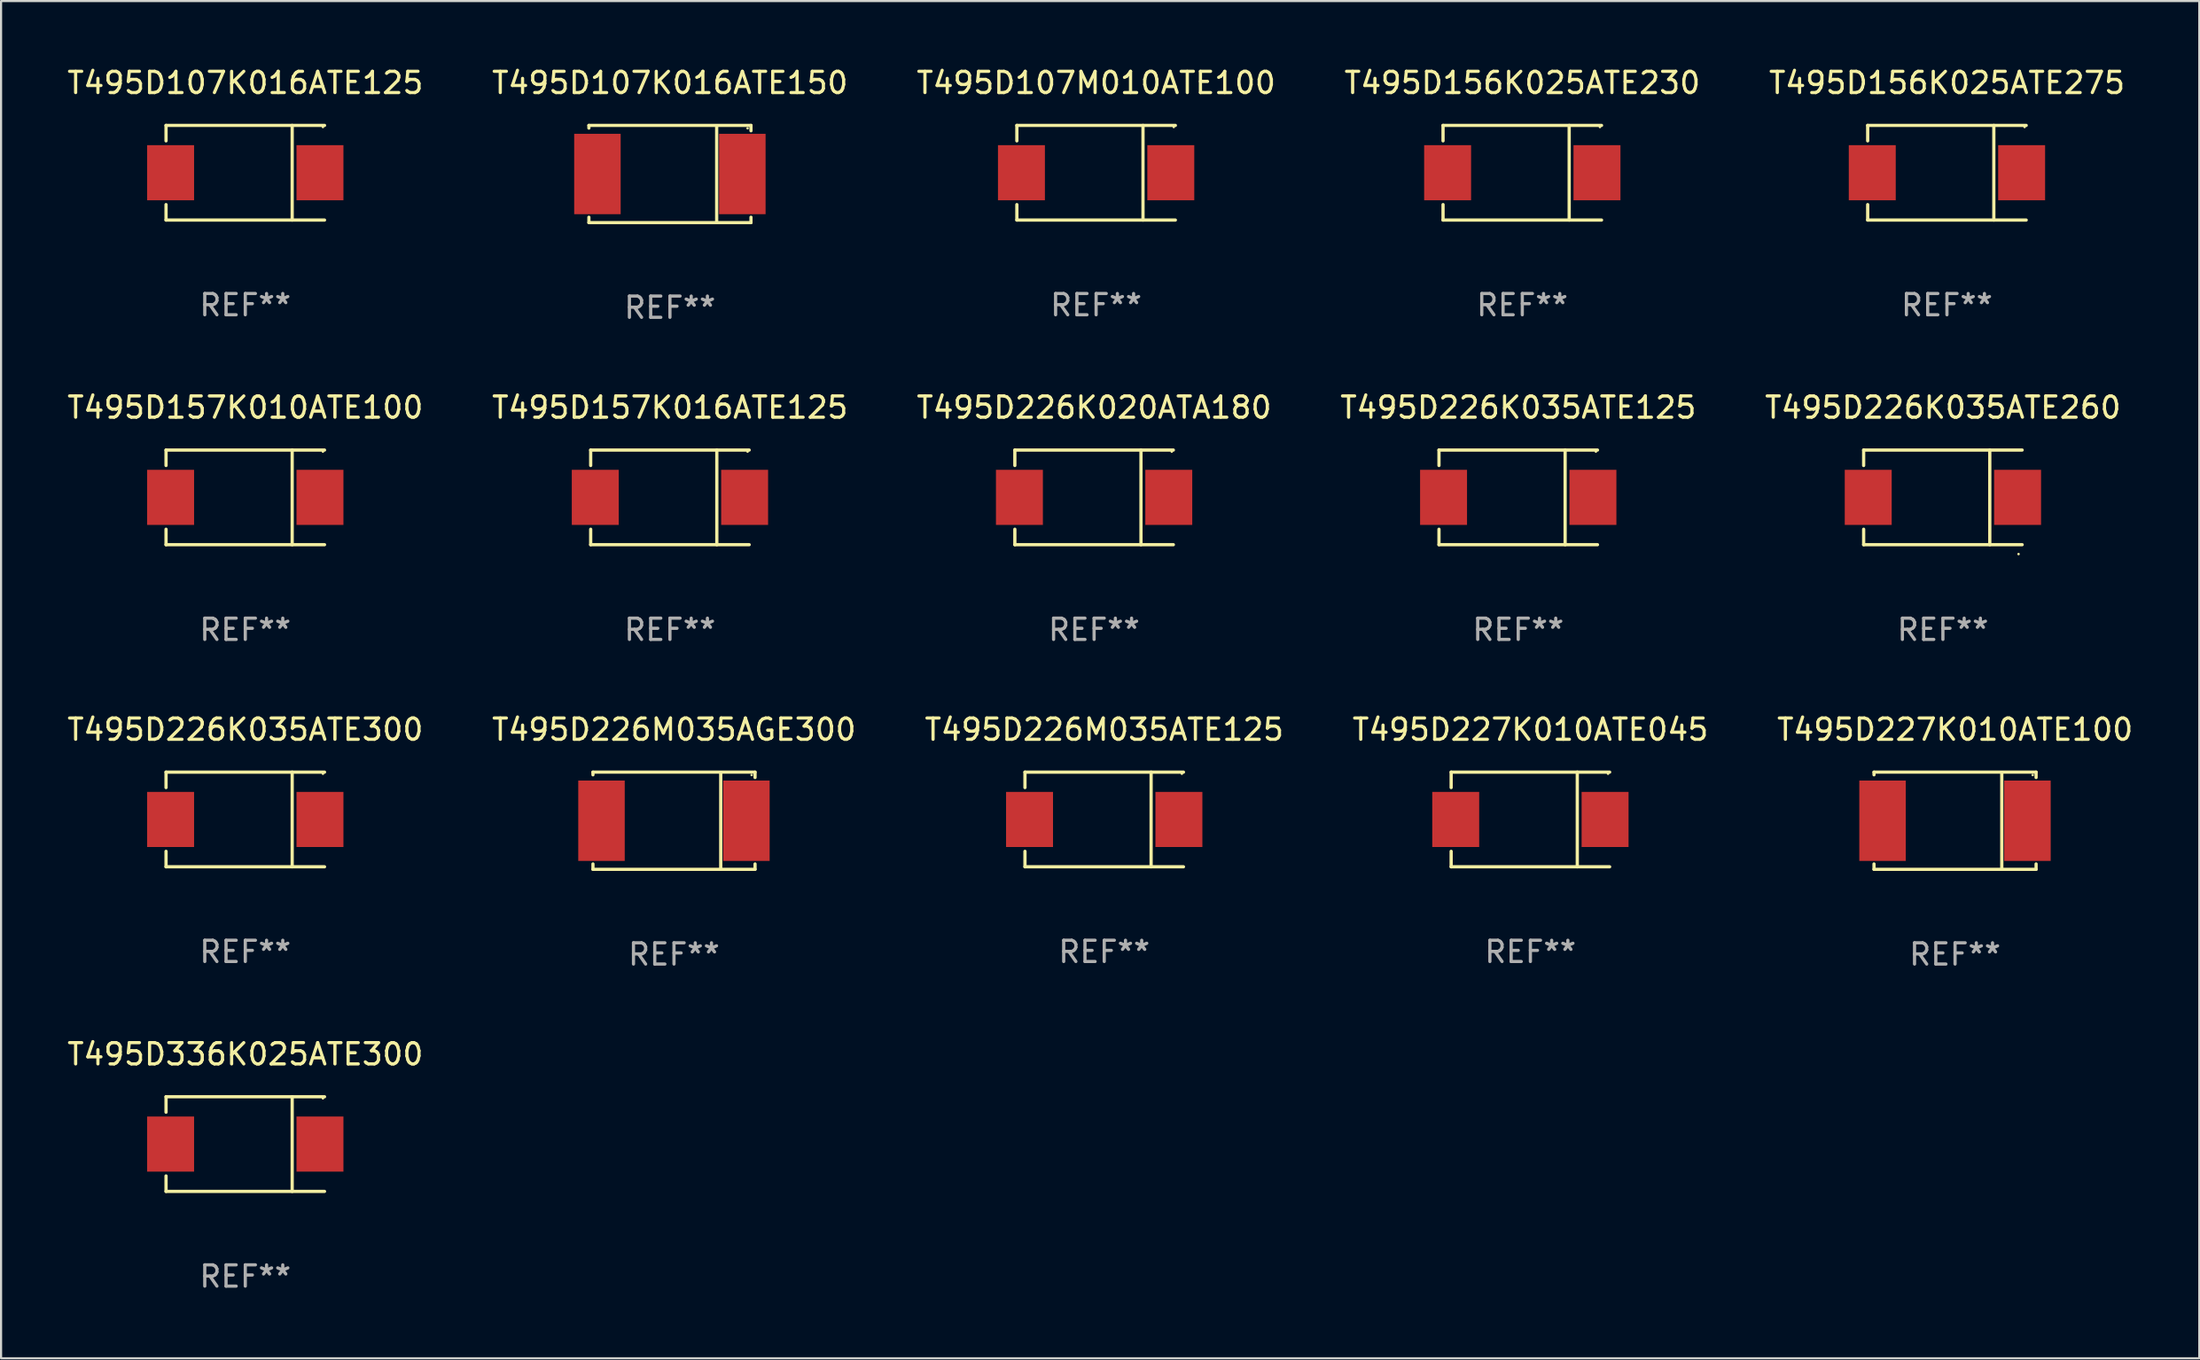
<source format=kicad_pcb>
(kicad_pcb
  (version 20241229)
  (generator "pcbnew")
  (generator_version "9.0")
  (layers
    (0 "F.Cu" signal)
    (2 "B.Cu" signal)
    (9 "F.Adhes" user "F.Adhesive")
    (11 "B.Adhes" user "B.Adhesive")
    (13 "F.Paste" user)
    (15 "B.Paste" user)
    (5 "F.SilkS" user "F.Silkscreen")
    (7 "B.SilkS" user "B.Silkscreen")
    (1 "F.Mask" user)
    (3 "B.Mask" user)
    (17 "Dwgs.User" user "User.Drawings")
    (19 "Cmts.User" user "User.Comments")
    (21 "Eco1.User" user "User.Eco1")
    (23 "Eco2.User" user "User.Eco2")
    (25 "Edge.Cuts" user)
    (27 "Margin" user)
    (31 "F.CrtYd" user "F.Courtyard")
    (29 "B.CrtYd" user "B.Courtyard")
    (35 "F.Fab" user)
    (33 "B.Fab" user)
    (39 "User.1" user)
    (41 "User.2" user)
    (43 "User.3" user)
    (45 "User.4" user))
  (footprint "T495D156K025ATE275"
    (layer "F.Cu")
    (at 88.482 5.074)
    (property "Reference" "T495D156K025ATE275" (at 0 -4.226 0) (layer "F.SilkS") (effects (font (size 1 1) (thickness 0.15))))
    (attr through_hole)
    (fp_line (start -3.726 -2.226) (end -3.726 -1.499) (stroke (width 0.152) (type solid)) (layer "F.SilkS"))
    (fp_line (start -3.726 -2.226) (end 3.726 -2.226) (stroke (width 0.152) (type solid)) (layer "F.SilkS"))
    (fp_line (start -3.726 2.226) (end -3.726 1.499) (stroke (width 0.152) (type solid)) (layer "F.SilkS"))
    (fp_line (start -3.726 2.226) (end 3.726 2.226) (stroke (width 0.152) (type solid)) (layer "F.SilkS"))
    (fp_line (start 2.204 -2.226) (end 2.204 2.226) (stroke (width 0.152) (type solid)) (layer "F.SilkS"))
    (fp_circle (center 3.65 -2.15) (end 3.68 -2.15) (stroke (width 0.06) (type solid)) (fill no) (layer "F.SilkS"))
    (fp_text user "REF**" (at 0 6.226 0) (layer "F.Fab") (effects (font (size 1 1) (thickness 0.15))))
    (pad "1" smd rect (at 3.511 0) (size 2.207 2.592) (layers "F.Cu" "F.Mask" "F.Paste"))
    (pad "2" smd rect (at -3.511 0) (size 2.207 2.592) (layers "F.Cu" "F.Mask" "F.Paste")))
  (footprint "T495D226K035ATE300"
    (layer "F.Cu")
    (at 8.482 35.492)
    (property "Reference" "T495D226K035ATE300" (at 0 -4.226 0) (layer "F.SilkS") (effects (font (size 1 1) (thickness 0.15))))
    (attr through_hole)
    (fp_line (start -3.726 -2.226) (end -3.726 -1.499) (stroke (width 0.152) (type solid)) (layer "F.SilkS"))
    (fp_line (start -3.726 -2.226) (end 3.726 -2.226) (stroke (width 0.152) (type solid)) (layer "F.SilkS"))
    (fp_line (start -3.726 2.226) (end -3.726 1.499) (stroke (width 0.152) (type solid)) (layer "F.SilkS"))
    (fp_line (start -3.726 2.226) (end 3.726 2.226) (stroke (width 0.152) (type solid)) (layer "F.SilkS"))
    (fp_line (start 2.204 -2.226) (end 2.204 2.226) (stroke (width 0.152) (type solid)) (layer "F.SilkS"))
    (fp_circle (center 3.65 -2.15) (end 3.68 -2.15) (stroke (width 0.06) (type solid)) (fill no) (layer "F.SilkS"))
    (fp_text user "REF**" (at 0 6.226 0) (layer "F.Fab") (effects (font (size 1 1) (thickness 0.15))))
    (pad "1" smd rect (at 3.511 0) (size 2.207 2.592) (layers "F.Cu" "F.Mask" "F.Paste"))
    (pad "2" smd rect (at -3.511 0) (size 2.207 2.592) (layers "F.Cu" "F.Mask" "F.Paste")))
  (footprint "T495D226M035ATE125"
    (layer "F.Cu")
    (at 48.863 35.492)
    (property "Reference" "T495D226M035ATE125" (at 0 -4.226 0) (layer "F.SilkS") (effects (font (size 1 1) (thickness 0.15))))
    (attr through_hole)
    (fp_line (start -3.726 -2.226) (end -3.726 -1.499) (stroke (width 0.152) (type solid)) (layer "F.SilkS"))
    (fp_line (start -3.726 -2.226) (end 3.726 -2.226) (stroke (width 0.152) (type solid)) (layer "F.SilkS"))
    (fp_line (start -3.726 2.226) (end -3.726 1.499) (stroke (width 0.152) (type solid)) (layer "F.SilkS"))
    (fp_line (start -3.726 2.226) (end 3.726 2.226) (stroke (width 0.152) (type solid)) (layer "F.SilkS"))
    (fp_line (start 2.204 -2.226) (end 2.204 2.226) (stroke (width 0.152) (type solid)) (layer "F.SilkS"))
    (fp_circle (center 3.65 -2.15) (end 3.68 -2.15) (stroke (width 0.06) (type solid)) (fill no) (layer "F.SilkS"))
    (fp_text user "REF**" (at 0 6.226 0) (layer "F.Fab") (effects (font (size 1 1) (thickness 0.15))))
    (pad "1" smd rect (at 3.511 0) (size 2.207 2.592) (layers "F.Cu" "F.Mask" "F.Paste"))
    (pad "2" smd rect (at -3.511 0) (size 2.207 2.592) (layers "F.Cu" "F.Mask" "F.Paste")))
  (footprint "T495D157K010ATE100"
    (layer "F.Cu")
    (at 8.482 20.343)
    (property "Reference" "T495D157K010ATE100" (at 0 -4.226 0) (layer "F.SilkS") (effects (font (size 1 1) (thickness 0.15))))
    (attr through_hole)
    (fp_line (start -3.726 -2.226) (end -3.726 -1.499) (stroke (width 0.152) (type solid)) (layer "F.SilkS"))
    (fp_line (start -3.726 -2.226) (end 3.726 -2.226) (stroke (width 0.152) (type solid)) (layer "F.SilkS"))
    (fp_line (start -3.726 2.226) (end -3.726 1.499) (stroke (width 0.152) (type solid)) (layer "F.SilkS"))
    (fp_line (start -3.726 2.226) (end 3.726 2.226) (stroke (width 0.152) (type solid)) (layer "F.SilkS"))
    (fp_line (start 2.204 -2.226) (end 2.204 2.226) (stroke (width 0.152) (type solid)) (layer "F.SilkS"))
    (fp_circle (center 3.65 -2.15) (end 3.68 -2.15) (stroke (width 0.06) (type solid)) (fill no) (layer "F.SilkS"))
    (fp_text user "REF**" (at 0 6.226 0) (layer "F.Fab") (effects (font (size 1 1) (thickness 0.15))))
    (pad "1" smd rect (at 3.511 0) (size 2.207 2.592) (layers "F.Cu" "F.Mask" "F.Paste"))
    (pad "2" smd rect (at -3.511 0) (size 2.207 2.592) (layers "F.Cu" "F.Mask" "F.Paste")))
  (footprint "T495D226K035ATE125"
    (layer "F.Cu")
    (at 68.327 20.343)
    (property "Reference" "T495D226K035ATE125" (at 0 -4.226 0) (layer "F.SilkS") (effects (font (size 1 1) (thickness 0.15))))
    (attr through_hole)
    (fp_line (start -3.726 -2.226) (end -3.726 -1.499) (stroke (width 0.152) (type solid)) (layer "F.SilkS"))
    (fp_line (start -3.726 -2.226) (end 3.726 -2.226) (stroke (width 0.152) (type solid)) (layer "F.SilkS"))
    (fp_line (start -3.726 2.226) (end -3.726 1.499) (stroke (width 0.152) (type solid)) (layer "F.SilkS"))
    (fp_line (start -3.726 2.226) (end 3.726 2.226) (stroke (width 0.152) (type solid)) (layer "F.SilkS"))
    (fp_line (start 2.204 -2.226) (end 2.204 2.226) (stroke (width 0.152) (type solid)) (layer "F.SilkS"))
    (fp_circle (center 3.65 -2.15) (end 3.68 -2.15) (stroke (width 0.06) (type solid)) (fill no) (layer "F.SilkS"))
    (fp_text user "REF**" (at 0 6.226 0) (layer "F.Fab") (effects (font (size 1 1) (thickness 0.15))))
    (pad "1" smd rect (at 3.511 0) (size 2.207 2.592) (layers "F.Cu" "F.Mask" "F.Paste"))
    (pad "2" smd rect (at -3.511 0) (size 2.207 2.592) (layers "F.Cu" "F.Mask" "F.Paste")))
  (footprint "T495D156K025ATE230"
    (layer "F.Cu")
    (at 68.518 5.074)
    (property "Reference" "T495D156K025ATE230" (at 0 -4.226 0) (layer "F.SilkS") (effects (font (size 1 1) (thickness 0.15))))
    (attr through_hole)
    (fp_line (start -3.726 -2.226) (end -3.726 -1.499) (stroke (width 0.152) (type solid)) (layer "F.SilkS"))
    (fp_line (start -3.726 -2.226) (end 3.726 -2.226) (stroke (width 0.152) (type solid)) (layer "F.SilkS"))
    (fp_line (start -3.726 2.226) (end -3.726 1.499) (stroke (width 0.152) (type solid)) (layer "F.SilkS"))
    (fp_line (start -3.726 2.226) (end 3.726 2.226) (stroke (width 0.152) (type solid)) (layer "F.SilkS"))
    (fp_line (start 2.204 -2.226) (end 2.204 2.226) (stroke (width 0.152) (type solid)) (layer "F.SilkS"))
    (fp_circle (center 3.65 -2.15) (end 3.68 -2.15) (stroke (width 0.06) (type solid)) (fill no) (layer "F.SilkS"))
    (fp_text user "REF**" (at 0 6.226 0) (layer "F.Fab") (effects (font (size 1 1) (thickness 0.15))))
    (pad "1" smd rect (at 3.511 0) (size 2.207 2.592) (layers "F.Cu" "F.Mask" "F.Paste"))
    (pad "2" smd rect (at -3.511 0) (size 2.207 2.592) (layers "F.Cu" "F.Mask" "F.Paste")))
  (footprint "T495D107K016ATE125"
    (layer "F.Cu")
    (at 8.482 5.074)
    (property "Reference" "T495D107K016ATE125" (at 0 -4.226 0) (layer "F.SilkS") (effects (font (size 1 1) (thickness 0.15))))
    (attr through_hole)
    (fp_line (start -3.726 -2.226) (end -3.726 -1.499) (stroke (width 0.152) (type solid)) (layer "F.SilkS"))
    (fp_line (start -3.726 -2.226) (end 3.726 -2.226) (stroke (width 0.152) (type solid)) (layer "F.SilkS"))
    (fp_line (start -3.726 2.226) (end -3.726 1.499) (stroke (width 0.152) (type solid)) (layer "F.SilkS"))
    (fp_line (start -3.726 2.226) (end 3.726 2.226) (stroke (width 0.152) (type solid)) (layer "F.SilkS"))
    (fp_line (start 2.204 -2.226) (end 2.204 2.226) (stroke (width 0.152) (type solid)) (layer "F.SilkS"))
    (fp_circle (center 3.65 -2.15) (end 3.68 -2.15) (stroke (width 0.06) (type solid)) (fill no) (layer "F.SilkS"))
    (fp_text user "REF**" (at 0 6.226 0) (layer "F.Fab") (effects (font (size 1 1) (thickness 0.15))))
    (pad "1" smd rect (at 3.511 0) (size 2.207 2.592) (layers "F.Cu" "F.Mask" "F.Paste"))
    (pad "2" smd rect (at -3.511 0) (size 2.207 2.592) (layers "F.Cu" "F.Mask" "F.Paste")))
  (footprint "T495D227K010ATE045"
    (layer "F.Cu")
    (at 68.899 35.492)
    (property "Reference" "T495D227K010ATE045" (at 0 -4.226 0) (layer "F.SilkS") (effects (font (size 1 1) (thickness 0.15))))
    (attr through_hole)
    (fp_line (start -3.726 -2.226) (end -3.726 -1.499) (stroke (width 0.152) (type solid)) (layer "F.SilkS"))
    (fp_line (start -3.726 -2.226) (end 3.726 -2.226) (stroke (width 0.152) (type solid)) (layer "F.SilkS"))
    (fp_line (start -3.726 2.226) (end -3.726 1.499) (stroke (width 0.152) (type solid)) (layer "F.SilkS"))
    (fp_line (start -3.726 2.226) (end 3.726 2.226) (stroke (width 0.152) (type solid)) (layer "F.SilkS"))
    (fp_line (start 2.204 -2.226) (end 2.204 2.226) (stroke (width 0.152) (type solid)) (layer "F.SilkS"))
    (fp_circle (center 3.65 -2.15) (end 3.68 -2.15) (stroke (width 0.06) (type solid)) (fill no) (layer "F.SilkS"))
    (fp_text user "REF**" (at 0 6.226 0) (layer "F.Fab") (effects (font (size 1 1) (thickness 0.15))))
    (pad "1" smd rect (at 3.511 0) (size 2.207 2.592) (layers "F.Cu" "F.Mask" "F.Paste"))
    (pad "2" smd rect (at -3.511 0) (size 2.207 2.592) (layers "F.Cu" "F.Mask" "F.Paste")))
  (footprint "T495D226K020ATA180"
    (layer "F.Cu")
    (at 48.387 20.343)
    (property "Reference" "T495D226K020ATA180" (at 0 -4.226 0) (layer "F.SilkS") (effects (font (size 1 1) (thickness 0.15))))
    (attr through_hole)
    (fp_line (start -3.726 -2.226) (end -3.726 -1.499) (stroke (width 0.152) (type solid)) (layer "F.SilkS"))
    (fp_line (start -3.726 -2.226) (end 3.726 -2.226) (stroke (width 0.152) (type solid)) (layer "F.SilkS"))
    (fp_line (start -3.726 2.226) (end -3.726 1.499) (stroke (width 0.152) (type solid)) (layer "F.SilkS"))
    (fp_line (start -3.726 2.226) (end 3.726 2.226) (stroke (width 0.152) (type solid)) (layer "F.SilkS"))
    (fp_line (start 2.204 -2.226) (end 2.204 2.226) (stroke (width 0.152) (type solid)) (layer "F.SilkS"))
    (fp_circle (center 3.65 -2.15) (end 3.68 -2.15) (stroke (width 0.06) (type solid)) (fill no) (layer "F.SilkS"))
    (fp_text user "REF**" (at 0 6.226 0) (layer "F.Fab") (effects (font (size 1 1) (thickness 0.15))))
    (pad "1" smd rect (at 3.511 0) (size 2.207 2.592) (layers "F.Cu" "F.Mask" "F.Paste"))
    (pad "2" smd rect (at -3.511 0) (size 2.207 2.592) (layers "F.Cu" "F.Mask" "F.Paste")))
  (footprint "T495D227K010ATE100"
    (layer "F.Cu")
    (at 88.863 35.552)
    (property "Reference" "T495D227K010ATE100" (at 0 -4.286 0) (layer "F.SilkS") (effects (font (size 1 1) (thickness 0.15))))
    (attr through_hole)
    (fp_line (start -3.81 -2.286) (end -3.81 -2.159) (stroke (width 0.15) (type solid)) (layer "F.SilkS"))
    (fp_line (start -3.81 2.032) (end -3.81 2.286) (stroke (width 0.15) (type solid)) (layer "F.SilkS"))
    (fp_line (start -3.81 2.286) (end 3.81 2.286) (stroke (width 0.15) (type solid)) (layer "F.SilkS"))
    (fp_line (start 2.197 -2.226) (end 2.197 2.226) (stroke (width 0.152) (type solid)) (layer "F.SilkS"))
    (fp_line (start 3.81 -2.286) (end -3.81 -2.286) (stroke (width 0.15) (type solid)) (layer "F.SilkS"))
    (fp_line (start 3.81 -2.032) (end 3.81 -2.286) (stroke (width 0.15) (type solid)) (layer "F.SilkS"))
    (fp_line (start 3.81 2.286) (end 3.81 2.032) (stroke (width 0.15) (type solid)) (layer "F.SilkS"))
    (fp_circle (center 3.65 -2.15) (end 3.68 -2.15) (stroke (width 0.06) (type solid)) (fill no) (layer "F.SilkS"))
    (fp_text user "REF**" (at 0 6.286 0) (layer "F.Fab") (effects (font (size 1 1) (thickness 0.15))))
    (pad "1" smd rect (at 3.404 0 180) (size 2.185 3.78) (layers "F.Cu" "F.Mask" "F.Paste"))
    (pad "2" smd rect (at -3.409 0 180) (size 2.185 3.78) (layers "F.Cu" "F.Mask" "F.Paste")))
  (footprint "T495D226M035AGE300"
    (layer "F.Cu")
    (at 28.637 35.552)
    (property "Reference" "T495D226M035AGE300" (at 0 -4.286 0) (layer "F.SilkS") (effects (font (size 1 1) (thickness 0.15))))
    (attr through_hole)
    (fp_line (start -3.81 -2.286) (end -3.81 -2.159) (stroke (width 0.15) (type solid)) (layer "F.SilkS"))
    (fp_line (start -3.81 2.032) (end -3.81 2.286) (stroke (width 0.15) (type solid)) (layer "F.SilkS"))
    (fp_line (start -3.81 2.286) (end 3.81 2.286) (stroke (width 0.15) (type solid)) (layer "F.SilkS"))
    (fp_line (start 2.197 -2.226) (end 2.197 2.226) (stroke (width 0.152) (type solid)) (layer "F.SilkS"))
    (fp_line (start 3.81 -2.286) (end -3.81 -2.286) (stroke (width 0.15) (type solid)) (layer "F.SilkS"))
    (fp_line (start 3.81 -2.032) (end 3.81 -2.286) (stroke (width 0.15) (type solid)) (layer "F.SilkS"))
    (fp_line (start 3.81 2.286) (end 3.81 2.032) (stroke (width 0.15) (type solid)) (layer "F.SilkS"))
    (fp_circle (center 3.65 -2.15) (end 3.68 -2.15) (stroke (width 0.06) (type solid)) (fill no) (layer "F.SilkS"))
    (fp_text user "REF**" (at 0 6.286 0) (layer "F.Fab") (effects (font (size 1 1) (thickness 0.15))))
    (pad "1" smd rect (at 3.404 0 180) (size 2.185 3.78) (layers "F.Cu" "F.Mask" "F.Paste"))
    (pad "2" smd rect (at -3.409 0 180) (size 2.185 3.78) (layers "F.Cu" "F.Mask" "F.Paste")))
  (footprint "T495D226K035ATE260"
    (layer "F.Cu")
    (at 88.292 20.343)
    (property "Reference" "T495D226K035ATE260" (at 0 -4.226 0) (layer "F.SilkS") (effects (font (size 1 1) (thickness 0.15))))
    (attr through_hole)
    (fp_line (start -3.726 -2.226) (end -3.726 -1.499) (stroke (width 0.152) (type solid)) (layer "F.SilkS"))
    (fp_line (start -3.726 -2.226) (end 3.726 -2.226) (stroke (width 0.152) (type solid)) (layer "F.SilkS"))
    (fp_line (start -3.726 2.226) (end -3.726 1.499) (stroke (width 0.152) (type solid)) (layer "F.SilkS"))
    (fp_line (start -3.726 2.226) (end 3.726 2.226) (stroke (width 0.152) (type solid)) (layer "F.SilkS"))
    (fp_line (start 2.204 -2.226) (end 2.204 2.226) (stroke (width 0.152) (type solid)) (layer "F.SilkS"))
    (fp_circle (center 3.556 2.667) (end 3.586 2.667) (stroke (width 0.06) (type solid)) (fill no) (layer "F.SilkS"))
    (fp_text user "REF**" (at 0 6.226 0) (layer "F.Fab") (effects (font (size 1 1) (thickness 0.15))))
    (pad "1" smd rect (at 3.511 0.000051) (size 2.207 2.592) (layers "F.Cu" "F.Mask" "F.Paste"))
    (pad "2" smd rect (at -3.511 0.000051) (size 2.207 2.592) (layers "F.Cu" "F.Mask" "F.Paste")))
  (footprint "T495D107M010ATE100"
    (layer "F.Cu")
    (at 48.482 5.074)
    (property "Reference" "T495D107M010ATE100" (at 0 -4.226 0) (layer "F.SilkS") (effects (font (size 1 1) (thickness 0.15))))
    (attr through_hole)
    (fp_line (start -3.726 -2.226) (end -3.726 -1.499) (stroke (width 0.152) (type solid)) (layer "F.SilkS"))
    (fp_line (start -3.726 -2.226) (end 3.726 -2.226) (stroke (width 0.152) (type solid)) (layer "F.SilkS"))
    (fp_line (start -3.726 2.226) (end -3.726 1.499) (stroke (width 0.152) (type solid)) (layer "F.SilkS"))
    (fp_line (start -3.726 2.226) (end 3.726 2.226) (stroke (width 0.152) (type solid)) (layer "F.SilkS"))
    (fp_line (start 2.204 -2.226) (end 2.204 2.226) (stroke (width 0.152) (type solid)) (layer "F.SilkS"))
    (fp_circle (center 3.65 -2.15) (end 3.68 -2.15) (stroke (width 0.06) (type solid)) (fill no) (layer "F.SilkS"))
    (fp_text user "REF**" (at 0 6.226 0) (layer "F.Fab") (effects (font (size 1 1) (thickness 0.15))))
    (pad "1" smd rect (at 3.511 0) (size 2.207 2.592) (layers "F.Cu" "F.Mask" "F.Paste"))
    (pad "2" smd rect (at -3.511 0) (size 2.207 2.592) (layers "F.Cu" "F.Mask" "F.Paste")))
  (footprint "T495D157K016ATE125"
    (layer "F.Cu")
    (at 28.446 20.343)
    (property "Reference" "T495D157K016ATE125" (at 0 -4.226 0) (layer "F.SilkS") (effects (font (size 1 1) (thickness 0.15))))
    (attr through_hole)
    (fp_line (start -3.726 -2.226) (end -3.726 -1.499) (stroke (width 0.152) (type solid)) (layer "F.SilkS"))
    (fp_line (start -3.726 -2.226) (end 3.726 -2.226) (stroke (width 0.152) (type solid)) (layer "F.SilkS"))
    (fp_line (start -3.726 2.226) (end -3.726 1.499) (stroke (width 0.152) (type solid)) (layer "F.SilkS"))
    (fp_line (start -3.726 2.226) (end 3.726 2.226) (stroke (width 0.152) (type solid)) (layer "F.SilkS"))
    (fp_line (start 2.204 -2.226) (end 2.204 2.226) (stroke (width 0.152) (type solid)) (layer "F.SilkS"))
    (fp_circle (center 3.65 -2.15) (end 3.68 -2.15) (stroke (width 0.06) (type solid)) (fill no) (layer "F.SilkS"))
    (fp_text user "REF**" (at 0 6.226 0) (layer "F.Fab") (effects (font (size 1 1) (thickness 0.15))))
    (pad "1" smd rect (at 3.511 0) (size 2.207 2.592) (layers "F.Cu" "F.Mask" "F.Paste"))
    (pad "2" smd rect (at -3.511 0) (size 2.207 2.592) (layers "F.Cu" "F.Mask" "F.Paste")))
  (footprint "T495D107K016ATE150"
    (layer "F.Cu")
    (at 28.446 5.134)
    (property "Reference" "T495D107K016ATE150" (at 0 -4.286 0) (layer "F.SilkS") (effects (font (size 1 1) (thickness 0.15))))
    (attr through_hole)
    (fp_line (start -3.81 -2.286) (end -3.81 -2.159) (stroke (width 0.15) (type solid)) (layer "F.SilkS"))
    (fp_line (start -3.81 2.032) (end -3.81 2.286) (stroke (width 0.15) (type solid)) (layer "F.SilkS"))
    (fp_line (start -3.81 2.286) (end 3.81 2.286) (stroke (width 0.15) (type solid)) (layer "F.SilkS"))
    (fp_line (start 2.197 -2.226) (end 2.197 2.226) (stroke (width 0.152) (type solid)) (layer "F.SilkS"))
    (fp_line (start 3.81 -2.286) (end -3.81 -2.286) (stroke (width 0.15) (type solid)) (layer "F.SilkS"))
    (fp_line (start 3.81 -2.032) (end 3.81 -2.286) (stroke (width 0.15) (type solid)) (layer "F.SilkS"))
    (fp_line (start 3.81 2.286) (end 3.81 2.032) (stroke (width 0.15) (type solid)) (layer "F.SilkS"))
    (fp_circle (center 3.65 -2.15) (end 3.68 -2.15) (stroke (width 0.06) (type solid)) (fill no) (layer "F.SilkS"))
    (fp_text user "REF**" (at 0 6.286 0) (layer "F.Fab") (effects (font (size 1 1) (thickness 0.15))))
    (pad "1" smd rect (at 3.404 0 180) (size 2.185 3.78) (layers "F.Cu" "F.Mask" "F.Paste"))
    (pad "2" smd rect (at -3.409 0 180) (size 2.185 3.78) (layers "F.Cu" "F.Mask" "F.Paste")))
  (footprint "T495D336K025ATE300"
    (layer "F.Cu")
    (at 8.482 50.76)
    (property "Reference" "T495D336K025ATE300" (at 0 -4.226 0) (layer "F.SilkS") (effects (font (size 1 1) (thickness 0.15))))
    (attr through_hole)
    (fp_line (start -3.726 -2.226) (end -3.726 -1.499) (stroke (width 0.152) (type solid)) (layer "F.SilkS"))
    (fp_line (start -3.726 -2.226) (end 3.726 -2.226) (stroke (width 0.152) (type solid)) (layer "F.SilkS"))
    (fp_line (start -3.726 2.226) (end -3.726 1.499) (stroke (width 0.152) (type solid)) (layer "F.SilkS"))
    (fp_line (start -3.726 2.226) (end 3.726 2.226) (stroke (width 0.152) (type solid)) (layer "F.SilkS"))
    (fp_line (start 2.204 -2.226) (end 2.204 2.226) (stroke (width 0.152) (type solid)) (layer "F.SilkS"))
    (fp_circle (center 3.65 -2.15) (end 3.68 -2.15) (stroke (width 0.06) (type solid)) (fill no) (layer "F.SilkS"))
    (fp_text user "REF**" (at 0 6.226 0) (layer "F.Fab") (effects (font (size 1 1) (thickness 0.15))))
    (pad "1" smd rect (at 3.511 0) (size 2.207 2.592) (layers "F.Cu" "F.Mask" "F.Paste"))
    (pad "2" smd rect (at -3.511 0) (size 2.207 2.592) (layers "F.Cu" "F.Mask" "F.Paste")))
  (gr_rect
    (start -3 -3)
    (end 100.345 60.835)
    (stroke (width 0.1) (type default))
    (fill no)
    (layer "Edge.Cuts")))
</source>
